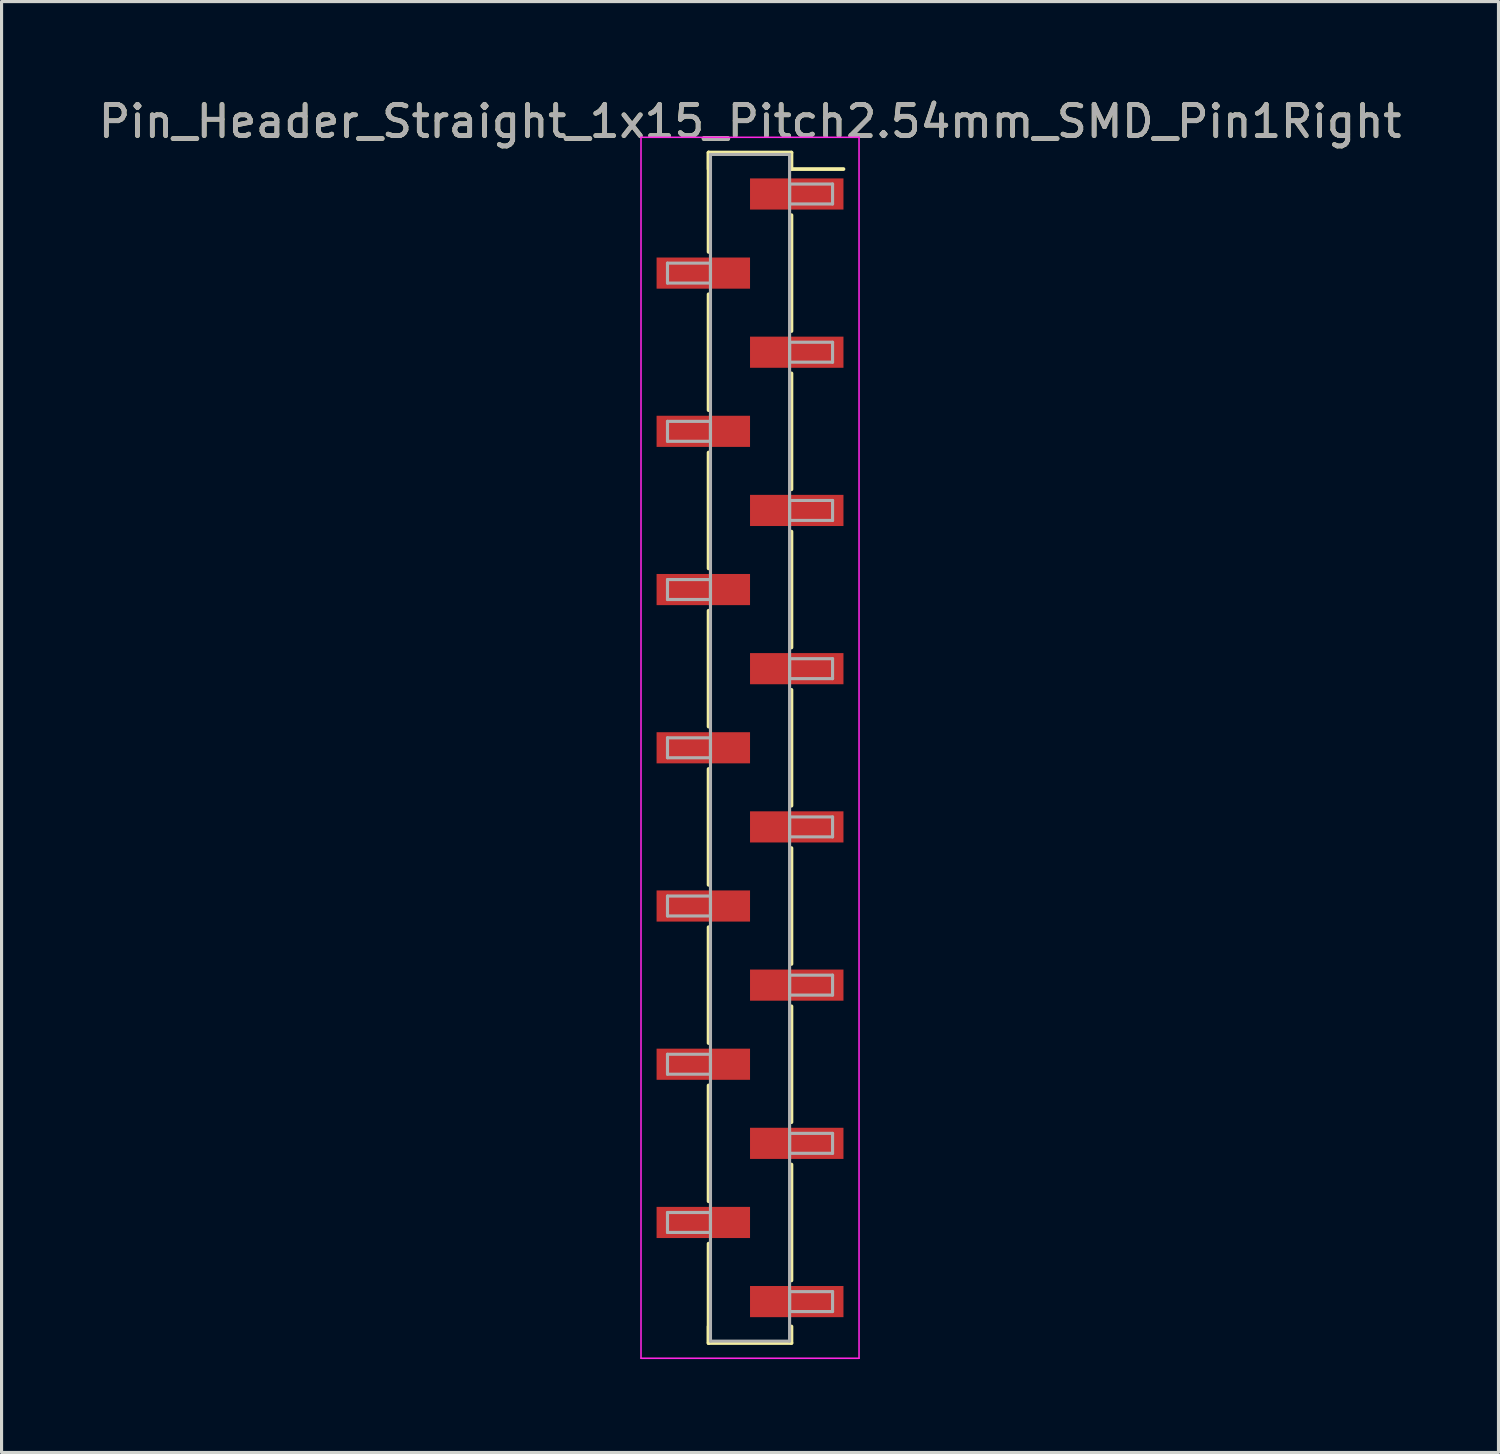
<source format=kicad_pcb>
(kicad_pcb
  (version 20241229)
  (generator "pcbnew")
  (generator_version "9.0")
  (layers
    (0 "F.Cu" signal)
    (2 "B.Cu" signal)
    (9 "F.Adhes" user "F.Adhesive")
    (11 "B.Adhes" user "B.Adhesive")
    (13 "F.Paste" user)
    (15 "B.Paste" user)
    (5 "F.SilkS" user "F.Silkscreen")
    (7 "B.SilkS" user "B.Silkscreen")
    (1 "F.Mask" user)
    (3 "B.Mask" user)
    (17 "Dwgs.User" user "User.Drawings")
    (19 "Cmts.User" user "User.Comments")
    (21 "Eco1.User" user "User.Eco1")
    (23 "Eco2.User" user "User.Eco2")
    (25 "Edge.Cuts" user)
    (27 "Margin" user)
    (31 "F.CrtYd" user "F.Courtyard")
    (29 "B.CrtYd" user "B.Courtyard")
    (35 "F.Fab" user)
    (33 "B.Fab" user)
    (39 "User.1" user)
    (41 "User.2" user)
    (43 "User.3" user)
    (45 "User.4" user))
  (footprint "Pin_Header_Straight_1x15_Pitch2.54mm_SMD_Pin1Right"
    (layer "F.Cu")
    (at 21.03 20.958)
    (property "Reference" "Pin_Header_Straight_1x15_Pitch2.54mm_SMD_Pin1Right" (at 0 -20.11 0) (layer "F.SilkS") (effects (font (size 1 1) (thickness 0.15))))
    (attr smd)
    (fp_line (start -1.33 -19.11) (end -1.33 -15.92) (stroke (width 0.12) (type solid)) (layer "F.SilkS"))
    (fp_line (start -1.33 -19.11) (end 1.33 -19.11) (stroke (width 0.12) (type solid)) (layer "F.SilkS"))
    (fp_line (start -1.33 -18.58) (end -1.33 -19.11) (stroke (width 0.12) (type solid)) (layer "F.SilkS"))
    (fp_line (start -1.33 -14.56) (end -1.33 -10.84) (stroke (width 0.12) (type solid)) (layer "F.SilkS"))
    (fp_line (start -1.33 -9.48) (end -1.33 -5.76) (stroke (width 0.12) (type solid)) (layer "F.SilkS"))
    (fp_line (start -1.33 -4.4) (end -1.33 -0.68) (stroke (width 0.12) (type solid)) (layer "F.SilkS"))
    (fp_line (start -1.33 0.68) (end -1.33 4.4) (stroke (width 0.12) (type solid)) (layer "F.SilkS"))
    (fp_line (start -1.33 5.76) (end -1.33 9.48) (stroke (width 0.12) (type solid)) (layer "F.SilkS"))
    (fp_line (start -1.33 10.84) (end -1.33 14.56) (stroke (width 0.12) (type solid)) (layer "F.SilkS"))
    (fp_line (start -1.33 15.92) (end -1.33 19.11) (stroke (width 0.12) (type solid)) (layer "F.SilkS"))
    (fp_line (start -1.33 18.58) (end -1.33 19.11) (stroke (width 0.12) (type solid)) (layer "F.SilkS"))
    (fp_line (start -1.33 19.11) (end 1.33 19.11) (stroke (width 0.12) (type solid)) (layer "F.SilkS"))
    (fp_line (start 1.33 -19.11) (end 1.33 -18.58) (stroke (width 0.12) (type solid)) (layer "F.SilkS"))
    (fp_line (start 1.33 -18.58) (end 3 -18.58) (stroke (width 0.12) (type solid)) (layer "F.SilkS"))
    (fp_line (start 1.33 -17.1) (end 1.33 -13.38) (stroke (width 0.12) (type solid)) (layer "F.SilkS"))
    (fp_line (start 1.33 -12.02) (end 1.33 -8.3) (stroke (width 0.12) (type solid)) (layer "F.SilkS"))
    (fp_line (start 1.33 -6.94) (end 1.33 -3.22) (stroke (width 0.12) (type solid)) (layer "F.SilkS"))
    (fp_line (start 1.33 -1.86) (end 1.33 1.86) (stroke (width 0.12) (type solid)) (layer "F.SilkS"))
    (fp_line (start 1.33 3.22) (end 1.33 6.94) (stroke (width 0.12) (type solid)) (layer "F.SilkS"))
    (fp_line (start 1.33 8.3) (end 1.33 12.02) (stroke (width 0.12) (type solid)) (layer "F.SilkS"))
    (fp_line (start 1.33 13.38) (end 1.33 17.1) (stroke (width 0.12) (type solid)) (layer "F.SilkS"))
    (fp_line (start 1.33 19.11) (end 1.33 18.58) (stroke (width 0.12) (type solid)) (layer "F.SilkS"))
    (fp_line (start -3.5 -19.6) (end -3.5 19.6) (stroke (width 0.05) (type solid)) (layer "F.CrtYd"))
    (fp_line (start -3.5 19.6) (end 3.5 19.6) (stroke (width 0.05) (type solid)) (layer "F.CrtYd"))
    (fp_line (start 3.5 -19.6) (end -3.5 -19.6) (stroke (width 0.05) (type solid)) (layer "F.CrtYd"))
    (fp_line (start 3.5 19.6) (end 3.5 -19.6) (stroke (width 0.05) (type solid)) (layer "F.CrtYd"))
    (fp_line (start -2.65 -15.56) (end -1.27 -15.56) (stroke (width 0.1) (type solid)) (layer "F.Fab"))
    (fp_line (start -2.65 -14.92) (end -2.65 -15.56) (stroke (width 0.1) (type solid)) (layer "F.Fab"))
    (fp_line (start -2.65 -10.48) (end -1.27 -10.48) (stroke (width 0.1) (type solid)) (layer "F.Fab"))
    (fp_line (start -2.65 -9.84) (end -2.65 -10.48) (stroke (width 0.1) (type solid)) (layer "F.Fab"))
    (fp_line (start -2.65 -5.4) (end -1.27 -5.4) (stroke (width 0.1) (type solid)) (layer "F.Fab"))
    (fp_line (start -2.65 -4.76) (end -2.65 -5.4) (stroke (width 0.1) (type solid)) (layer "F.Fab"))
    (fp_line (start -2.65 -0.32) (end -1.27 -0.32) (stroke (width 0.1) (type solid)) (layer "F.Fab"))
    (fp_line (start -2.65 0.32) (end -2.65 -0.32) (stroke (width 0.1) (type solid)) (layer "F.Fab"))
    (fp_line (start -2.65 4.76) (end -1.27 4.76) (stroke (width 0.1) (type solid)) (layer "F.Fab"))
    (fp_line (start -2.65 5.4) (end -2.65 4.76) (stroke (width 0.1) (type solid)) (layer "F.Fab"))
    (fp_line (start -2.65 9.84) (end -1.27 9.84) (stroke (width 0.1) (type solid)) (layer "F.Fab"))
    (fp_line (start -2.65 10.48) (end -2.65 9.84) (stroke (width 0.1) (type solid)) (layer "F.Fab"))
    (fp_line (start -2.65 14.92) (end -1.27 14.92) (stroke (width 0.1) (type solid)) (layer "F.Fab"))
    (fp_line (start -2.65 15.56) (end -2.65 14.92) (stroke (width 0.1) (type solid)) (layer "F.Fab"))
    (fp_line (start -1.27 -19.05) (end -1.27 19.05) (stroke (width 0.1) (type solid)) (layer "F.Fab"))
    (fp_line (start -1.27 -15.56) (end -1.27 -14.92) (stroke (width 0.1) (type solid)) (layer "F.Fab"))
    (fp_line (start -1.27 -14.92) (end -2.65 -14.92) (stroke (width 0.1) (type solid)) (layer "F.Fab"))
    (fp_line (start -1.27 -10.48) (end -1.27 -9.84) (stroke (width 0.1) (type solid)) (layer "F.Fab"))
    (fp_line (start -1.27 -9.84) (end -2.65 -9.84) (stroke (width 0.1) (type solid)) (layer "F.Fab"))
    (fp_line (start -1.27 -5.4) (end -1.27 -4.76) (stroke (width 0.1) (type solid)) (layer "F.Fab"))
    (fp_line (start -1.27 -4.76) (end -2.65 -4.76) (stroke (width 0.1) (type solid)) (layer "F.Fab"))
    (fp_line (start -1.27 -0.32) (end -1.27 0.32) (stroke (width 0.1) (type solid)) (layer "F.Fab"))
    (fp_line (start -1.27 0.32) (end -2.65 0.32) (stroke (width 0.1) (type solid)) (layer "F.Fab"))
    (fp_line (start -1.27 4.76) (end -1.27 5.4) (stroke (width 0.1) (type solid)) (layer "F.Fab"))
    (fp_line (start -1.27 5.4) (end -2.65 5.4) (stroke (width 0.1) (type solid)) (layer "F.Fab"))
    (fp_line (start -1.27 9.84) (end -1.27 10.48) (stroke (width 0.1) (type solid)) (layer "F.Fab"))
    (fp_line (start -1.27 10.48) (end -2.65 10.48) (stroke (width 0.1) (type solid)) (layer "F.Fab"))
    (fp_line (start -1.27 14.92) (end -1.27 15.56) (stroke (width 0.1) (type solid)) (layer "F.Fab"))
    (fp_line (start -1.27 15.56) (end -2.65 15.56) (stroke (width 0.1) (type solid)) (layer "F.Fab"))
    (fp_line (start -1.27 19.05) (end 1.27 19.05) (stroke (width 0.1) (type solid)) (layer "F.Fab"))
    (fp_line (start 1.27 -19.05) (end -1.27 -19.05) (stroke (width 0.1) (type solid)) (layer "F.Fab"))
    (fp_line (start 1.27 -18.1) (end 1.27 -17.46) (stroke (width 0.1) (type solid)) (layer "F.Fab"))
    (fp_line (start 1.27 -17.46) (end 2.65 -17.46) (stroke (width 0.1) (type solid)) (layer "F.Fab"))
    (fp_line (start 1.27 -13.02) (end 1.27 -12.38) (stroke (width 0.1) (type solid)) (layer "F.Fab"))
    (fp_line (start 1.27 -12.38) (end 2.65 -12.38) (stroke (width 0.1) (type solid)) (layer "F.Fab"))
    (fp_line (start 1.27 -7.94) (end 1.27 -7.3) (stroke (width 0.1) (type solid)) (layer "F.Fab"))
    (fp_line (start 1.27 -7.3) (end 2.65 -7.3) (stroke (width 0.1) (type solid)) (layer "F.Fab"))
    (fp_line (start 1.27 -2.86) (end 1.27 -2.22) (stroke (width 0.1) (type solid)) (layer "F.Fab"))
    (fp_line (start 1.27 -2.22) (end 2.65 -2.22) (stroke (width 0.1) (type solid)) (layer "F.Fab"))
    (fp_line (start 1.27 2.22) (end 1.27 2.86) (stroke (width 0.1) (type solid)) (layer "F.Fab"))
    (fp_line (start 1.27 2.86) (end 2.65 2.86) (stroke (width 0.1) (type solid)) (layer "F.Fab"))
    (fp_line (start 1.27 7.3) (end 1.27 7.94) (stroke (width 0.1) (type solid)) (layer "F.Fab"))
    (fp_line (start 1.27 7.94) (end 2.65 7.94) (stroke (width 0.1) (type solid)) (layer "F.Fab"))
    (fp_line (start 1.27 12.38) (end 1.27 13.02) (stroke (width 0.1) (type solid)) (layer "F.Fab"))
    (fp_line (start 1.27 13.02) (end 2.65 13.02) (stroke (width 0.1) (type solid)) (layer "F.Fab"))
    (fp_line (start 1.27 17.46) (end 1.27 18.1) (stroke (width 0.1) (type solid)) (layer "F.Fab"))
    (fp_line (start 1.27 18.1) (end 2.65 18.1) (stroke (width 0.1) (type solid)) (layer "F.Fab"))
    (fp_line (start 1.27 19.05) (end 1.27 -19.05) (stroke (width 0.1) (type solid)) (layer "F.Fab"))
    (fp_line (start 2.65 -18.1) (end 1.27 -18.1) (stroke (width 0.1) (type solid)) (layer "F.Fab"))
    (fp_line (start 2.65 -17.46) (end 2.65 -18.1) (stroke (width 0.1) (type solid)) (layer "F.Fab"))
    (fp_line (start 2.65 -13.02) (end 1.27 -13.02) (stroke (width 0.1) (type solid)) (layer "F.Fab"))
    (fp_line (start 2.65 -12.38) (end 2.65 -13.02) (stroke (width 0.1) (type solid)) (layer "F.Fab"))
    (fp_line (start 2.65 -7.94) (end 1.27 -7.94) (stroke (width 0.1) (type solid)) (layer "F.Fab"))
    (fp_line (start 2.65 -7.3) (end 2.65 -7.94) (stroke (width 0.1) (type solid)) (layer "F.Fab"))
    (fp_line (start 2.65 -2.86) (end 1.27 -2.86) (stroke (width 0.1) (type solid)) (layer "F.Fab"))
    (fp_line (start 2.65 -2.22) (end 2.65 -2.86) (stroke (width 0.1) (type solid)) (layer "F.Fab"))
    (fp_line (start 2.65 2.22) (end 1.27 2.22) (stroke (width 0.1) (type solid)) (layer "F.Fab"))
    (fp_line (start 2.65 2.86) (end 2.65 2.22) (stroke (width 0.1) (type solid)) (layer "F.Fab"))
    (fp_line (start 2.65 7.3) (end 1.27 7.3) (stroke (width 0.1) (type solid)) (layer "F.Fab"))
    (fp_line (start 2.65 7.94) (end 2.65 7.3) (stroke (width 0.1) (type solid)) (layer "F.Fab"))
    (fp_line (start 2.65 12.38) (end 1.27 12.38) (stroke (width 0.1) (type solid)) (layer "F.Fab"))
    (fp_line (start 2.65 13.02) (end 2.65 12.38) (stroke (width 0.1) (type solid)) (layer "F.Fab"))
    (fp_line (start 2.65 17.46) (end 1.27 17.46) (stroke (width 0.1) (type solid)) (layer "F.Fab"))
    (fp_line (start 2.65 18.1) (end 2.65 17.46) (stroke (width 0.1) (type solid)) (layer "F.Fab"))
    (fp_text user "${REFERENCE}" (at 0 -20.11 0) (layer "F.Fab") (effects (font (size 1 1) (thickness 0.15))))
    (pad "1" smd rect (at 1.5 -17.78) (size 3 1) (layers "F.Cu" "F.Mask" "F.Paste"))
    (pad "2" smd rect (at -1.5 -15.24) (size 3 1) (layers "F.Cu" "F.Mask" "F.Paste"))
    (pad "3" smd rect (at 1.5 -12.7) (size 3 1) (layers "F.Cu" "F.Mask" "F.Paste"))
    (pad "4" smd rect (at -1.5 -10.16) (size 3 1) (layers "F.Cu" "F.Mask" "F.Paste"))
    (pad "5" smd rect (at 1.5 -7.62) (size 3 1) (layers "F.Cu" "F.Mask" "F.Paste"))
    (pad "6" smd rect (at -1.5 -5.08) (size 3 1) (layers "F.Cu" "F.Mask" "F.Paste"))
    (pad "7" smd rect (at 1.5 -2.54) (size 3 1) (layers "F.Cu" "F.Mask" "F.Paste"))
    (pad "8" smd rect (at -1.5 0) (size 3 1) (layers "F.Cu" "F.Mask" "F.Paste"))
    (pad "9" smd rect (at 1.5 2.54) (size 3 1) (layers "F.Cu" "F.Mask" "F.Paste"))
    (pad "10" smd rect (at -1.5 5.08) (size 3 1) (layers "F.Cu" "F.Mask" "F.Paste"))
    (pad "11" smd rect (at 1.5 7.62) (size 3 1) (layers "F.Cu" "F.Mask" "F.Paste"))
    (pad "12" smd rect (at -1.5 10.16) (size 3 1) (layers "F.Cu" "F.Mask" "F.Paste"))
    (pad "13" smd rect (at 1.5 12.7) (size 3 1) (layers "F.Cu" "F.Mask" "F.Paste"))
    (pad "14" smd rect (at -1.5 15.24) (size 3 1) (layers "F.Cu" "F.Mask" "F.Paste"))
    (pad "15" smd rect (at 1.5 17.78) (size 3 1) (layers "F.Cu" "F.Mask" "F.Paste")))
  (gr_rect
    (start -3 -3)
    (end 45.06 43.583)
    (stroke (width 0.1) (type default))
    (fill no)
    (layer "Edge.Cuts")))
</source>
